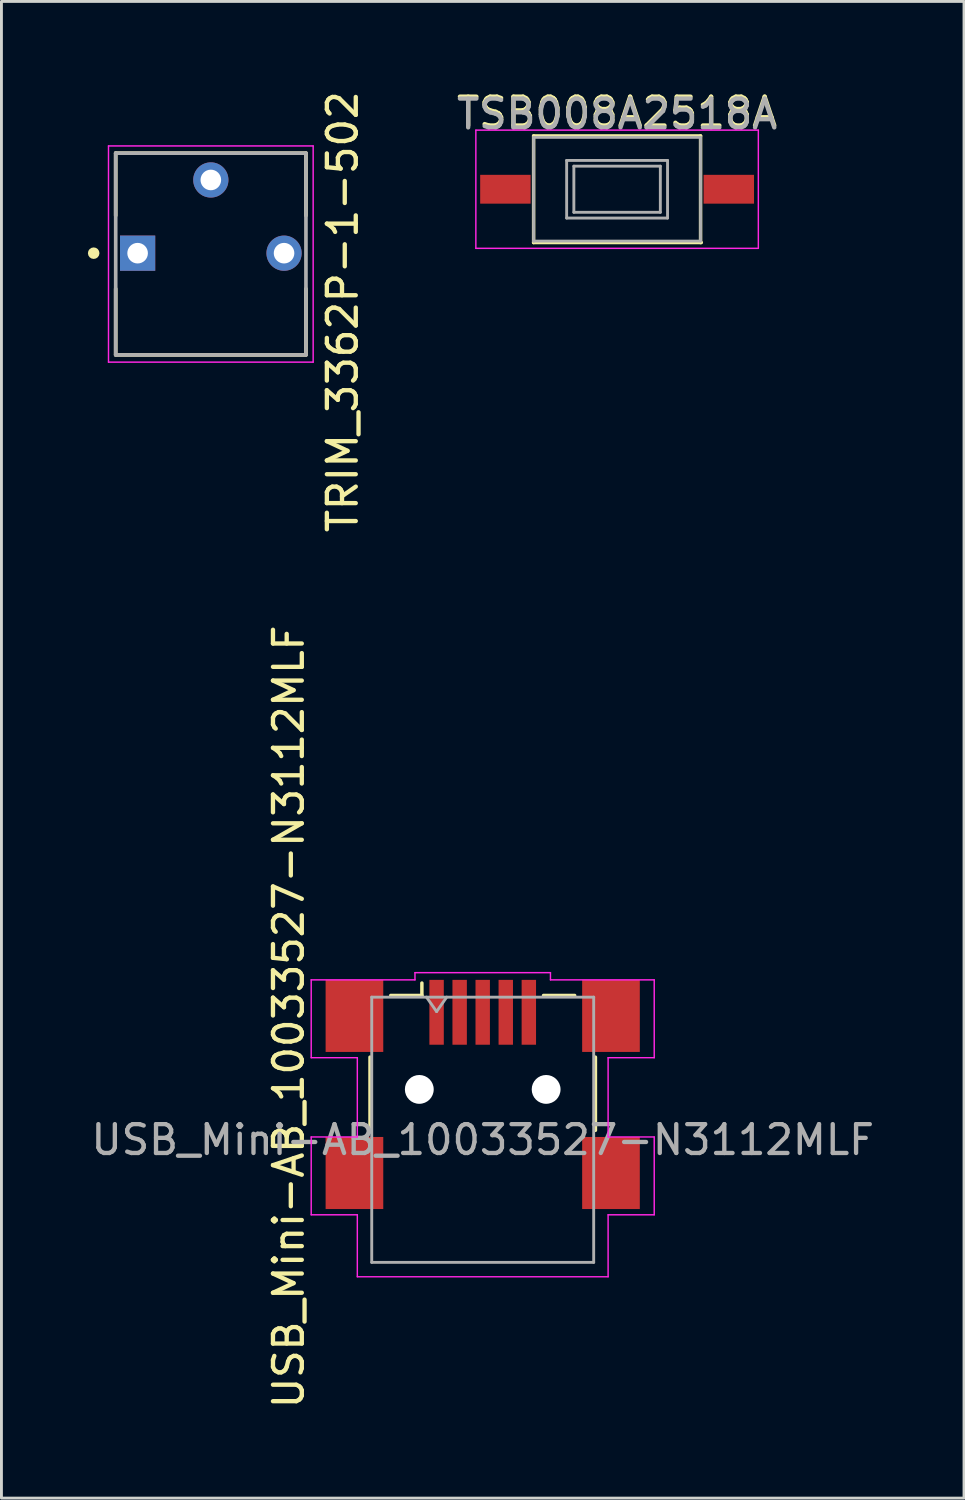
<source format=kicad_pcb>
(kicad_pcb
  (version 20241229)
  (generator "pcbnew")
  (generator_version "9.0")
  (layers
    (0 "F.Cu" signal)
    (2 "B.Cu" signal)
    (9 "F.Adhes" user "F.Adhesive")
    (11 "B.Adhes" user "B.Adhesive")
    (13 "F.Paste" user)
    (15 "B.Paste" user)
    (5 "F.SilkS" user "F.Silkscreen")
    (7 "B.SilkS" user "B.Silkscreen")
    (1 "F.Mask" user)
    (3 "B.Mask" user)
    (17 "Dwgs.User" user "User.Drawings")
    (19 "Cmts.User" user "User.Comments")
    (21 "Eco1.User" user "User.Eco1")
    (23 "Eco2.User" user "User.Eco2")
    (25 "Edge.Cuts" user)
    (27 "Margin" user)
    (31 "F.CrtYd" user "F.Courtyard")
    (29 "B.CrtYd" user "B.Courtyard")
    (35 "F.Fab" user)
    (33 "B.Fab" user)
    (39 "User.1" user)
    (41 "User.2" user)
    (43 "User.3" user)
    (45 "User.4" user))
  (footprint "TSB008A2518A"
    (layer "F.Cu")
    (at 18.358 3.515)
    (property "Reference" "TSB008A2518A" (at 0 -2.667 180) (layer "F.SilkS") (effects (font (size 1 1) (thickness 0.15))))
    (attr smd)
    (fp_line (start -2.896 -1.85) (end 2.896 -1.85) (stroke (width 0.12) (type solid)) (layer "F.SilkS"))
    (fp_line (start -2.896 1.85) (end -2.896 -1.85) (stroke (width 0.12) (type solid)) (layer "F.SilkS"))
    (fp_line (start 2.896 -1.85) (end 2.896 1.85) (stroke (width 0.12) (type solid)) (layer "F.SilkS"))
    (fp_line (start 2.921 1.85) (end -2.896 1.85) (stroke (width 0.12) (type solid)) (layer "F.SilkS"))
    (fp_line (start -4.9 -2.05) (end 4.9 -2.05) (stroke (width 0.05) (type solid)) (layer "F.CrtYd"))
    (fp_line (start -4.9 2.05) (end -4.9 -2.05) (stroke (width 0.05) (type solid)) (layer "F.CrtYd"))
    (fp_line (start 4.9 -2.05) (end 4.9 2.05) (stroke (width 0.05) (type solid)) (layer "F.CrtYd"))
    (fp_line (start 4.9 2.05) (end -4.9 2.05) (stroke (width 0.05) (type solid)) (layer "F.CrtYd"))
    (fp_line (start -2.896 -1.8) (end -2.896 1.8) (stroke (width 0.1) (type solid)) (layer "F.Fab"))
    (fp_line (start -2.896 -1.8) (end 2.896 -1.8) (stroke (width 0.1) (type solid)) (layer "F.Fab"))
    (fp_line (start -2.896 1.8) (end 2.896 1.8) (stroke (width 0.1) (type solid)) (layer "F.Fab"))
    (fp_line (start -1.75 -1) (end 1.75 -1) (stroke (width 0.1) (type solid)) (layer "F.Fab"))
    (fp_line (start -1.75 1) (end -1.75 -1) (stroke (width 0.1) (type solid)) (layer "F.Fab"))
    (fp_line (start -1.5 -0.8) (end -1.5 0.8) (stroke (width 0.1) (type solid)) (layer "F.Fab"))
    (fp_line (start -1.5 -0.8) (end 1.5 -0.8) (stroke (width 0.1) (type solid)) (layer "F.Fab"))
    (fp_line (start -1.5 0.8) (end 1.5 0.8) (stroke (width 0.1) (type solid)) (layer "F.Fab"))
    (fp_line (start 1.5 -0.8) (end 1.5 0.8) (stroke (width 0.1) (type solid)) (layer "F.Fab"))
    (fp_line (start 1.75 -1) (end 1.75 1) (stroke (width 0.1) (type solid)) (layer "F.Fab"))
    (fp_line (start 1.75 1) (end -1.75 1) (stroke (width 0.1) (type solid)) (layer "F.Fab"))
    (fp_line (start 2.896 -1.8) (end 2.896 1.8) (stroke (width 0.1) (type solid)) (layer "F.Fab"))
    (fp_text user "${REFERENCE}" (at 0 -2.6 180) (layer "F.Fab") (effects (font (size 1 1) (thickness 0.15))))
    (pad "1" smd rect (at -3.875 0) (size 1.75 1) (layers "F.Cu" "F.Mask" "F.Paste"))
    (pad "2" smd rect (at 3.875 0) (size 1.75 1) (layers "F.Cu" "F.Mask" "F.Paste")))
  (footprint "TRIM_3362P-1-502"
    (layer "F.Cu")
    (at 4.264 5.733)
    (property "Reference" "TRIM_3362P-1-502" (at 4.572 2.032 270) (layer "F.SilkS") (effects (font (size 1.003 1.003) (thickness 0.15))))
    (attr through_hole)
    (fp_line (start -3.3 -3.47) (end 3.3 -3.47) (stroke (width 0.127) (type solid)) (layer "F.SilkS"))
    (fp_line (start -3.3 -1.305) (end -3.3 -3.47) (stroke (width 0.127) (type solid)) (layer "F.SilkS"))
    (fp_line (start -3.3 3.52) (end -3.3 1.235) (stroke (width 0.127) (type solid)) (layer "F.SilkS"))
    (fp_line (start 3.3 -3.47) (end 3.3 -1.305) (stroke (width 0.127) (type solid)) (layer "F.SilkS"))
    (fp_line (start 3.3 1.235) (end 3.3 3.52) (stroke (width 0.127) (type solid)) (layer "F.SilkS"))
    (fp_line (start 3.3 3.53) (end -3.3 3.53) (stroke (width 0.127) (type solid)) (layer "F.SilkS"))
    (fp_circle (center -4.064 0) (end -3.964 0) (stroke (width 0.2) (type solid)) (fill no) (layer "F.SilkS"))
    (fp_line (start -3.55 -3.72) (end 3.55 -3.72) (stroke (width 0.05) (type solid)) (layer "F.CrtYd"))
    (fp_line (start -3.55 3.78) (end -3.55 -3.72) (stroke (width 0.05) (type solid)) (layer "F.CrtYd"))
    (fp_line (start 3.55 -3.72) (end 3.55 3.78) (stroke (width 0.05) (type solid)) (layer "F.CrtYd"))
    (fp_line (start 3.55 3.78) (end -3.55 3.78) (stroke (width 0.05) (type solid)) (layer "F.CrtYd"))
    (fp_line (start -3.3 -3.47) (end 3.3 -3.47) (stroke (width 0.127) (type solid)) (layer "F.Fab"))
    (fp_line (start -3.3 3.53) (end -3.3 -3.47) (stroke (width 0.127) (type solid)) (layer "F.Fab"))
    (fp_line (start 3.3 -3.47) (end 3.3 3.53) (stroke (width 0.127) (type solid)) (layer "F.Fab"))
    (fp_line (start 3.3 3.53) (end -3.3 3.53) (stroke (width 0.127) (type solid)) (layer "F.Fab"))
    (pad "1" thru_hole rect (at -2.54 0) (size 1.222 1.222) (drill 0.714) (layers "*.Cu" "*.Mask"))
    (pad "2" thru_hole circle (at 0 -2.54) (size 1.222 1.222) (drill 0.714) (layers "*.Cu" "*.Mask"))
    (pad "3" thru_hole circle (at 2.54 0) (size 1.222 1.222) (drill 0.714) (layers "*.Cu" "*.Mask")))
  (footprint "USB_Mini-AB_10033527-N3112MLF"
    (layer "F.Cu")
    (at 13.696 34.893)
    (property "Reference" "USB_Mini-AB_10033527-N3112MLF" (at -6.731 -2.667 90) (layer "F.SilkS") (effects (font (size 1 1) (thickness 0.15))))
    (attr smd)
    (fp_line (start -3.91 1.27) (end -3.91 -1.27) (stroke (width 0.12) (type solid)) (layer "F.SilkS"))
    (fp_line (start -3.19 -3.41) (end -2.11 -3.41) (stroke (width 0.12) (type solid)) (layer "F.SilkS"))
    (fp_line (start -2.11 -3.41) (end -2.11 -3.84) (stroke (width 0.12) (type solid)) (layer "F.SilkS"))
    (fp_line (start 2.11 -3.41) (end 3.19 -3.41) (stroke (width 0.12) (type solid)) (layer "F.SilkS"))
    (fp_line (start 3.91 1.27) (end 3.91 -1.27) (stroke (width 0.12) (type solid)) (layer "F.SilkS"))
    (fp_line (start -5.95 -3.95) (end -5.95 -1.25) (stroke (width 0.05) (type solid)) (layer "F.CrtYd"))
    (fp_line (start -5.95 -3.95) (end -2.35 -3.95) (stroke (width 0.05) (type solid)) (layer "F.CrtYd"))
    (fp_line (start -5.95 1.5) (end -5.95 4.2) (stroke (width 0.05) (type solid)) (layer "F.CrtYd"))
    (fp_line (start -4.35 -1.25) (end -5.95 -1.25) (stroke (width 0.05) (type solid)) (layer "F.CrtYd"))
    (fp_line (start -4.35 -1.25) (end -4.35 1.5) (stroke (width 0.05) (type solid)) (layer "F.CrtYd"))
    (fp_line (start -4.35 1.5) (end -5.95 1.5) (stroke (width 0.05) (type solid)) (layer "F.CrtYd"))
    (fp_line (start -4.35 4.2) (end -5.95 4.2) (stroke (width 0.05) (type solid)) (layer "F.CrtYd"))
    (fp_line (start -4.35 6.35) (end -4.35 4.2) (stroke (width 0.05) (type solid)) (layer "F.CrtYd"))
    (fp_line (start -4.35 6.35) (end 4.35 6.35) (stroke (width 0.05) (type solid)) (layer "F.CrtYd"))
    (fp_line (start -2.35 -3.95) (end -2.35 -4.2) (stroke (width 0.05) (type solid)) (layer "F.CrtYd"))
    (fp_line (start 2.35 -4.2) (end -2.35 -4.2) (stroke (width 0.05) (type solid)) (layer "F.CrtYd"))
    (fp_line (start 2.35 -3.95) (end 2.35 -4.2) (stroke (width 0.05) (type solid)) (layer "F.CrtYd"))
    (fp_line (start 4.35 -1.25) (end 4.35 1.5) (stroke (width 0.05) (type solid)) (layer "F.CrtYd"))
    (fp_line (start 4.35 -1.25) (end 5.95 -1.25) (stroke (width 0.05) (type solid)) (layer "F.CrtYd"))
    (fp_line (start 4.35 1.5) (end 5.95 1.5) (stroke (width 0.05) (type solid)) (layer "F.CrtYd"))
    (fp_line (start 4.35 4.2) (end 5.95 4.2) (stroke (width 0.05) (type solid)) (layer "F.CrtYd"))
    (fp_line (start 4.35 6.35) (end 4.35 4.2) (stroke (width 0.05) (type solid)) (layer "F.CrtYd"))
    (fp_line (start 5.95 -3.95) (end 2.35 -3.95) (stroke (width 0.05) (type solid)) (layer "F.CrtYd"))
    (fp_line (start 5.95 -3.95) (end 5.95 -1.25) (stroke (width 0.05) (type solid)) (layer "F.CrtYd"))
    (fp_line (start 5.95 1.5) (end 5.95 4.2) (stroke (width 0.05) (type solid)) (layer "F.CrtYd"))
    (fp_line (start -3.85 -3.35) (end -3.85 5.85) (stroke (width 0.1) (type solid)) (layer "F.Fab"))
    (fp_line (start -3.85 -3.35) (end 3.85 -3.35) (stroke (width 0.1) (type solid)) (layer "F.Fab"))
    (fp_line (start -3.85 5.85) (end 3.85 5.85) (stroke (width 0.1) (type solid)) (layer "F.Fab"))
    (fp_line (start -1.95 -3.35) (end -1.6 -2.85) (stroke (width 0.1) (type solid)) (layer "F.Fab"))
    (fp_line (start -1.6 -2.85) (end -1.25 -3.35) (stroke (width 0.1) (type solid)) (layer "F.Fab"))
    (fp_line (start 3.85 5.85) (end 3.85 -3.35) (stroke (width 0.1) (type solid)) (layer "F.Fab"))
    (fp_text user "${REFERENCE}" (at 0 1.6 0) (layer "F.Fab") (effects (font (size 1 1) (thickness 0.15))))
    (pad "" np_thru_hole circle (at -2.2 -0.15) (size 1 1) (drill 1) (layers "*.Cu" "*.Mask"))
    (pad "" np_thru_hole circle (at 2.2 -0.15) (size 1 1) (drill 1) (layers "*.Cu" "*.Mask"))
    (pad "1" smd rect (at -1.6 -2.825) (size 0.5 2.25) (layers "F.Cu" "F.Mask" "F.Paste"))
    (pad "2" smd rect (at -0.8 -2.825) (size 0.5 2.25) (layers "F.Cu" "F.Mask" "F.Paste"))
    (pad "3" smd rect (at 0 -2.825) (size 0.5 2.25) (layers "F.Cu" "F.Mask" "F.Paste"))
    (pad "4" smd rect (at 0.8 -2.825) (size 0.5 2.25) (layers "F.Cu" "F.Mask" "F.Paste"))
    (pad "5" smd rect (at 1.6 -2.825) (size 0.5 2.25) (layers "F.Cu" "F.Mask" "F.Paste"))
    (pad "6" smd rect (at -4.45 -2.7) (size 2 2.5) (layers "F.Cu" "F.Mask" "F.Paste"))
    (pad "6" smd rect (at -4.45 2.75) (size 2 2.5) (layers "F.Cu" "F.Mask" "F.Paste"))
    (pad "6" smd rect (at 4.45 -2.7) (size 2 2.5) (layers "F.Cu" "F.Mask" "F.Paste"))
    (pad "6" smd rect (at 4.45 2.75) (size 2 2.5) (layers "F.Cu" "F.Mask" "F.Paste")))
  (gr_rect
    (start -3 -3)
    (end 30.393 48.922)
    (stroke (width 0.1) (type default))
    (fill no)
    (layer "Edge.Cuts")))
</source>
